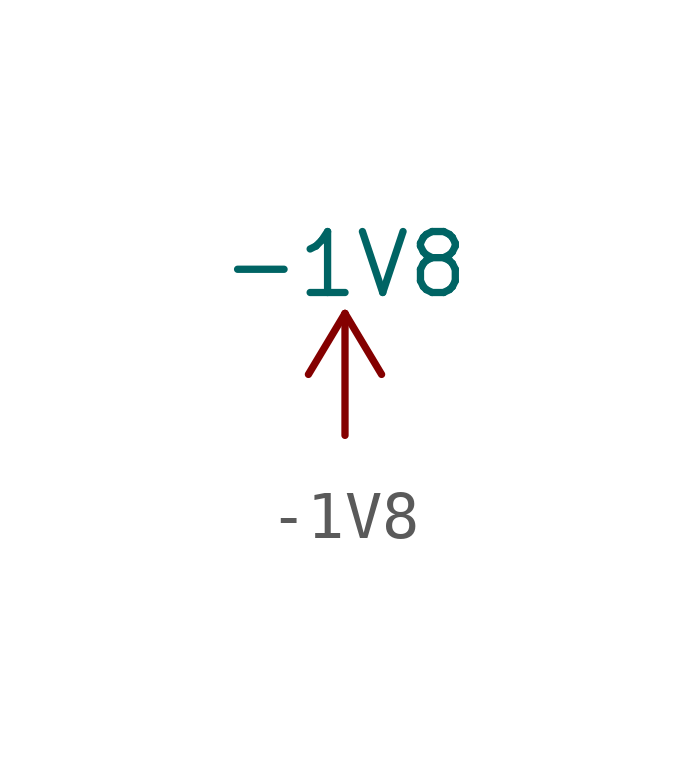
<source format=kicad_sym>
(kicad_symbol_lib
  (version 20201005)
  (generator kicad_symbol_editor)
  (symbol "vna_mm:-1V8"
    (power)
    (pin_names
      (offset 0))
    (property "Reference" "#PWR"
      (at 0 -3.81 0)
      (effects (font (size 1.27 1.27)) hide))
    (property "Value" "-1V8"
      (at 0 3.556 0)
      (effects (font (size 1.27 1.27))))
    (symbol "-1V8_0_1"
      (polyline (pts (xy -0.762 1.27) (xy 0 2.54)) (stroke (width 0)) (fill (type none)))
      (polyline (pts (xy 0 0) (xy 0 2.54)) (stroke (width 0)) (fill (type none)))
      (polyline (pts (xy 0 2.54) (xy 0.762 1.27)) (stroke (width 0)) (fill (type none))))
    (symbol "-1V8_1_1"
      (pin power_in line (at 0 0 90) (length 0) hide (name "-1V8" (effects (font (size 1.27 1.27)))) (number "1" (effects (font (size 1.27 1.27))))))))
</source>
